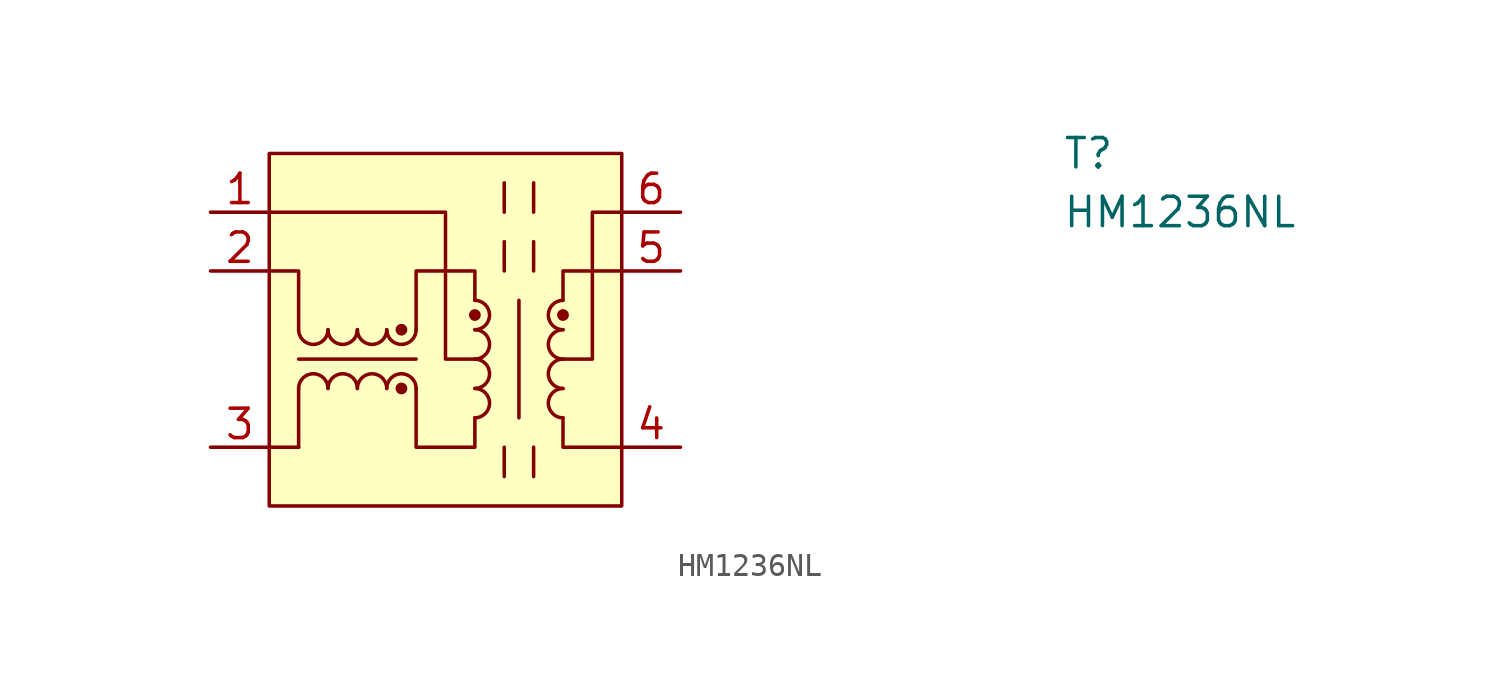
<source format=kicad_sym>
(kicad_symbol_lib
  (version 20220914)
  (generator kicad_symbol_editor)
  (symbol "HM1236NL"
    (pin_names
      (offset 0.762))
    (property "Reference" "T"
      (at 26.67 7.62 0)
      (effects (font (size 1.27 1.27)) (justify left)))
    (property "Value" "HM1236NL"
      (at 26.67 5.08 0)
      (effects (font (size 1.27 1.27)) (justify left)))
    (symbol "HM1236NL_1_1"
      (arc (start -6.35 0) (mid -5.715 -0.6323) (end -5.08 0) (stroke (width 0) (type default)) (fill (type none)))
      (arc (start -5.08 -2.54) (mid -5.715 -1.9077) (end -6.35 -2.54) (stroke (width 0) (type default)) (fill (type none)))
      (arc (start -5.08 0) (mid -4.445 -0.6323) (end -3.81 0) (stroke (width 0) (type default)) (fill (type none)))
      (arc (start -3.81 -2.54) (mid -4.445 -1.9077) (end -5.08 -2.54) (stroke (width 0) (type default)) (fill (type none)))
      (arc (start -3.81 0) (mid -3.175 -0.6323) (end -2.54 0) (stroke (width 0) (type default)) (fill (type none)))
      (arc (start -2.54 -2.54) (mid -3.175 -1.9077) (end -3.81 -2.54) (stroke (width 0) (type default)) (fill (type none)))
      (arc (start -2.54 0) (mid -1.905 -0.6323) (end -1.27 0) (stroke (width 0) (type default)) (fill (type none)))
      (circle (center -1.905 -2.54) (radius 0.178) (stroke (width 0) (type default)) (fill (type outline)))
      (circle (center -1.905 0) (radius 0.178) (stroke (width 0) (type default)) (fill (type outline)))
      (arc (start -1.27 -2.54) (mid -1.905 -1.9077) (end -2.54 -2.54) (stroke (width 0) (type default)) (fill (type none)))
      (polyline (pts (xy -6.35 -5.08) (xy -6.35 -5.08)) (stroke (width 0) (type default)) (fill (type none)))
      (polyline (pts (xy -1.27 -1.27) (xy -6.35 -1.27)) (stroke (width 0) (type default)) (fill (type none)))
      (polyline (pts (xy 2.54 -5.08) (xy 2.54 -6.35)) (stroke (width 0) (type default)) (fill (type none)))
      (polyline (pts (xy 2.54 3.81) (xy 2.54 2.54)) (stroke (width 0) (type default)) (fill (type none)))
      (polyline (pts (xy 2.54 6.35) (xy 2.54 5.08)) (stroke (width 0) (type default)) (fill (type none)))
      (polyline (pts (xy 3.175 1.27) (xy 3.175 -3.81)) (stroke (width 0) (type default)) (fill (type none)))
      (polyline (pts (xy 3.81 -5.08) (xy 3.81 -6.35)) (stroke (width 0) (type default)) (fill (type none)))
      (polyline (pts (xy 3.81 3.81) (xy 3.81 2.54)) (stroke (width 0) (type default)) (fill (type none)))
      (polyline (pts (xy 3.81 6.35) (xy 3.81 5.08)) (stroke (width 0) (type default)) (fill (type none)))
      (polyline (pts (xy -7.62 -5.08) (xy -6.35 -5.08) (xy -6.35 -2.54)) (stroke (width 0) (type default)) (fill (type none)))
      (polyline (pts (xy -6.35 0) (xy -6.35 2.54) (xy -7.62 2.54)) (stroke (width 0) (type default)) (fill (type none)))
      (polyline (pts (xy 5.08 -3.81) (xy 5.08 -5.08) (xy 7.62 -5.08)) (stroke (width 0) (type default)) (fill (type none)))
      (polyline (pts (xy 5.08 1.27) (xy 5.08 2.54) (xy 7.62 2.54)) (stroke (width 0) (type default)) (fill (type none)))
      (polyline (pts (xy -7.62 5.08) (xy 0 5.08) (xy 0 -1.27) (xy 1.27 -1.27)) (stroke (width 0) (type default)) (fill (type none)))
      (polyline (pts (xy 1.27 -3.81) (xy 1.27 -5.08) (xy -1.27 -5.08) (xy -1.27 -2.54)) (stroke (width 0) (type default)) (fill (type none)))
      (polyline (pts (xy 1.27 1.27) (xy 1.27 2.54) (xy -1.27 2.54) (xy -1.27 0)) (stroke (width 0) (type default)) (fill (type none)))
      (polyline (pts (xy 7.62 5.08) (xy 6.35 5.08) (xy 6.35 -1.27) (xy 5.08 -1.27)) (stroke (width 0) (type default)) (fill (type none)))
      (polyline (pts (xy -7.62 7.62) (xy 7.62 7.62) (xy 7.62 -7.62) (xy -7.62 -7.62) (xy -7.62 7.62)) (stroke (width 0.152) (type solid)) (fill (type background)))
      (arc (start 1.27 -3.81) (mid 1.9023 -3.175) (end 1.27 -2.54) (stroke (width 0) (type default)) (fill (type none)))
      (arc (start 1.27 -2.54) (mid 1.9023 -1.905) (end 1.27 -1.27) (stroke (width 0) (type default)) (fill (type none)))
      (arc (start 1.27 -1.27) (mid 1.9023 -0.635) (end 1.27 0) (stroke (width 0) (type default)) (fill (type none)))
      (arc (start 1.27 0) (mid 1.9023 0.635) (end 1.27 1.27) (stroke (width 0) (type default)) (fill (type none)))
      (circle (center 1.27 0.635) (radius 0.178) (stroke (width 0) (type default)) (fill (type outline)))
      (arc (start 5.08 -2.54) (mid 4.4477 -3.175) (end 5.08 -3.81) (stroke (width 0) (type default)) (fill (type none)))
      (arc (start 5.08 -1.27) (mid 4.4477 -1.905) (end 5.08 -2.54) (stroke (width 0) (type default)) (fill (type none)))
      (arc (start 5.08 0) (mid 4.4477 -0.635) (end 5.08 -1.27) (stroke (width 0) (type default)) (fill (type none)))
      (circle (center 5.08 0.635) (radius 0.178) (stroke (width 0) (type default)) (fill (type outline)))
      (arc (start 5.08 1.27) (mid 4.4477 0.635) (end 5.08 0) (stroke (width 0) (type default)) (fill (type none)))
      (pin input line (at -10.16 5.08 0) (length 2.54) (name "~" (effects (font (size 1.27 1.27)))) (number "1" (effects (font (size 1.27 1.27)))))
      (pin input line (at -10.16 2.54 0) (length 2.54) (name "~" (effects (font (size 1.27 1.27)))) (number "2" (effects (font (size 1.27 1.27)))))
      (pin input line (at -10.16 -5.08 0) (length 2.54) (name "~" (effects (font (size 1.27 1.27)))) (number "3" (effects (font (size 1.27 1.27)))))
      (pin input line (at 10.16 -5.08 180) (length 2.54) (name "~" (effects (font (size 1.27 1.27)))) (number "4" (effects (font (size 1.27 1.27)))))
      (pin input line (at 10.16 2.54 180) (length 2.54) (name "~" (effects (font (size 1.27 1.27)))) (number "5" (effects (font (size 1.27 1.27)))))
      (pin input line (at 10.16 5.08 180) (length 2.54) (name "~" (effects (font (size 1.27 1.27)))) (number "6" (effects (font (size 1.27 1.27))))))))
</source>
